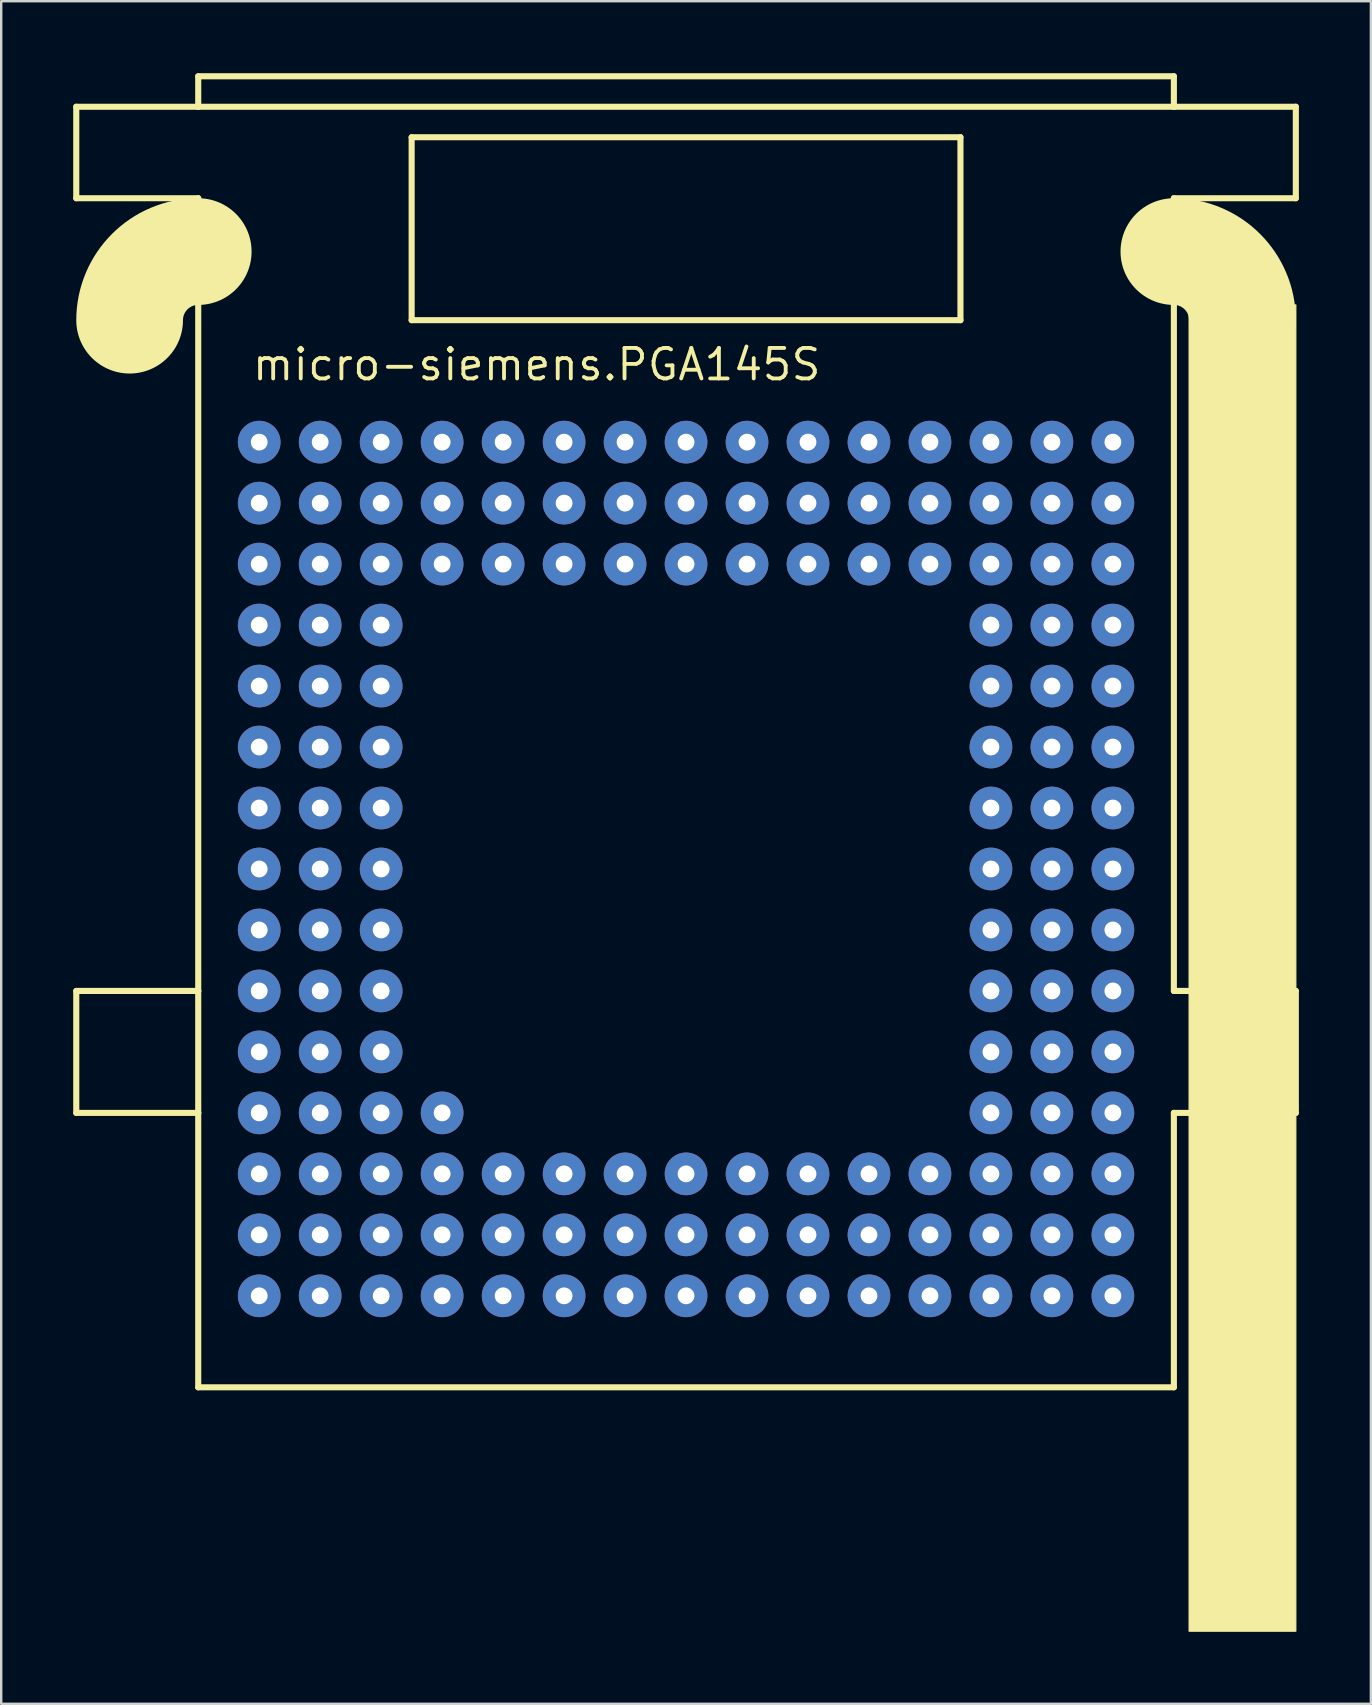
<source format=kicad_pcb>
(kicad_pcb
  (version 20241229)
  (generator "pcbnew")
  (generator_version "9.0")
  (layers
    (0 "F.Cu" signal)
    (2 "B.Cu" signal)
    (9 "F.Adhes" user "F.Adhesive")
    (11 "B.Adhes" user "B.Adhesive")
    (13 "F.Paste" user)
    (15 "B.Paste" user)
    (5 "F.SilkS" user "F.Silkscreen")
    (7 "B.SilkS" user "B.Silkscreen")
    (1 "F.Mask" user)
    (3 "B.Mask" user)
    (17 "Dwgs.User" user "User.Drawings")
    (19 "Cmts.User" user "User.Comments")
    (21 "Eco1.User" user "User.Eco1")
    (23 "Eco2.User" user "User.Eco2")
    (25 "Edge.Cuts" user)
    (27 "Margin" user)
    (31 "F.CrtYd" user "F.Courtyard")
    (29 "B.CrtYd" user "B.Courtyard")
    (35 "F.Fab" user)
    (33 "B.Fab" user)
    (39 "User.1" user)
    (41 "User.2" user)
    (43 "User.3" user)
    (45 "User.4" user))
  (footprint "micro-siemens.PGA145S"
    (layer "F.Cu")
    (at 25.527 33.147)
    (property "Reference" "micro-siemens.PGA145S" (at -18.15 -20.27 0) (layer "F.SilkS") (effects (font (size 1.27 1.27) (thickness 0.16)) (justify left bottom)))
    (attr through_hole)
    (fp_line (start -25.4 -31.75) (end -25.4 -27.94) (stroke (width 0.254) (type default)) (layer "F.SilkS"))
    (fp_line (start -25.4 -27.94) (end -20.32 -27.94) (stroke (width 0.254) (type default)) (layer "F.SilkS"))
    (fp_line (start -25.4 5.08) (end -25.4 10.16) (stroke (width 0.254) (type default)) (layer "F.SilkS"))
    (fp_line (start -25.4 5.08) (end -20.32 5.08) (stroke (width 0.254) (type default)) (layer "F.SilkS"))
    (fp_line (start -20.32 -33.02) (end 20.32 -33.02) (stroke (width 0.254) (type default)) (layer "F.SilkS"))
    (fp_line (start -20.32 -31.75) (end -25.4 -31.75) (stroke (width 0.254) (type default)) (layer "F.SilkS"))
    (fp_line (start -20.32 -31.75) (end -20.32 -33.02) (stroke (width 0.254) (type default)) (layer "F.SilkS"))
    (fp_line (start -20.32 -27.94) (end -20.32 -25.718) (stroke (width 0.254) (type default)) (layer "F.SilkS"))
    (fp_line (start -20.32 -25.718) (end -20.32 5.08) (stroke (width 0.254) (type default)) (layer "F.SilkS"))
    (fp_line (start -20.32 5.08) (end -20.32 10.16) (stroke (width 0.254) (type default)) (layer "F.SilkS"))
    (fp_line (start -20.32 10.16) (end -25.4 10.16) (stroke (width 0.254) (type default)) (layer "F.SilkS"))
    (fp_line (start -20.32 10.16) (end -20.32 21.59) (stroke (width 0.254) (type default)) (layer "F.SilkS"))
    (fp_line (start -20.32 21.59) (end 20.32 21.59) (stroke (width 0.254) (type default)) (layer "F.SilkS"))
    (fp_line (start -11.43 -30.48) (end -11.43 -22.86) (stroke (width 0.254) (type default)) (layer "F.SilkS"))
    (fp_line (start -11.43 -22.86) (end 11.43 -22.86) (stroke (width 0.254) (type default)) (layer "F.SilkS"))
    (fp_line (start 11.43 -30.48) (end -11.43 -30.48) (stroke (width 0.254) (type default)) (layer "F.SilkS"))
    (fp_line (start 11.43 -22.86) (end 11.43 -30.48) (stroke (width 0.254) (type default)) (layer "F.SilkS"))
    (fp_line (start 20.32 -33.02) (end 20.32 -31.75) (stroke (width 0.254) (type default)) (layer "F.SilkS"))
    (fp_line (start 20.32 -31.75) (end -20.32 -31.75) (stroke (width 0.254) (type default)) (layer "F.SilkS"))
    (fp_line (start 20.32 -27.94) (end 25.4 -27.94) (stroke (width 0.254) (type default)) (layer "F.SilkS"))
    (fp_line (start 20.32 -25.718) (end 20.32 -27.94) (stroke (width 0.254) (type default)) (layer "F.SilkS"))
    (fp_line (start 20.32 5.08) (end 20.32 -25.718) (stroke (width 0.254) (type default)) (layer "F.SilkS"))
    (fp_line (start 20.32 10.16) (end 25.4 10.16) (stroke (width 0.254) (type default)) (layer "F.SilkS"))
    (fp_line (start 20.32 21.59) (end 20.32 10.16) (stroke (width 0.254) (type default)) (layer "F.SilkS"))
    (fp_line (start 25.4 -31.75) (end 20.32 -31.75) (stroke (width 0.254) (type default)) (layer "F.SilkS"))
    (fp_line (start 25.4 -31.75) (end 25.4 -27.94) (stroke (width 0.254) (type default)) (layer "F.SilkS"))
    (fp_line (start 25.4 5.08) (end 20.32 5.08) (stroke (width 0.254) (type default)) (layer "F.SilkS"))
    (fp_line (start 25.4 5.08) (end 25.4 10.16) (stroke (width 0.254) (type default)) (layer "F.SilkS"))
    (fp_rect (start 20.955 31.75) (end 25.4 -23.495) (stroke (width 0.05) (type default)) (fill yes) (layer "F.SilkS"))
    (fp_arc (start -23.1775 -22.86) (mid -22.340558 -24.880558) (end -20.32 -25.7175) (stroke (width 4.445) (type default)) (layer "F.SilkS"))
    (fp_arc (start 20.32 -25.7175) (mid 22.340558 -24.880558) (end 23.1775 -22.86) (stroke (width 4.445) (type default)) (layer "F.SilkS"))
    (pad "A1" thru_hole circle (at -17.78 -17.78) (size 1.778 1.778) (drill 0.7) (layers "*.Cu" "*.Mask"))
    (pad "A2" thru_hole circle (at -15.24 -17.78) (size 1.778 1.778) (drill 0.7) (layers "*.Cu" "*.Mask"))
    (pad "A3" thru_hole circle (at -12.7 -17.78) (size 1.778 1.778) (drill 0.7) (layers "*.Cu" "*.Mask"))
    (pad "A4" thru_hole circle (at -10.16 -17.78) (size 1.778 1.778) (drill 0.7) (layers "*.Cu" "*.Mask"))
    (pad "A5" thru_hole circle (at -7.62 -17.78) (size 1.778 1.778) (drill 0.7) (layers "*.Cu" "*.Mask"))
    (pad "A6" thru_hole circle (at -5.08 -17.78) (size 1.778 1.778) (drill 0.7) (layers "*.Cu" "*.Mask"))
    (pad "A7" thru_hole circle (at -2.54 -17.78) (size 1.778 1.778) (drill 0.7) (layers "*.Cu" "*.Mask"))
    (pad "A8" thru_hole circle (at 0 -17.78) (size 1.778 1.778) (drill 0.7) (layers "*.Cu" "*.Mask"))
    (pad "A9" thru_hole circle (at 2.54 -17.78) (size 1.778 1.778) (drill 0.7) (layers "*.Cu" "*.Mask"))
    (pad "A10" thru_hole circle (at 5.08 -17.78) (size 1.778 1.778) (drill 0.7) (layers "*.Cu" "*.Mask"))
    (pad "A11" thru_hole circle (at 7.62 -17.78) (size 1.778 1.778) (drill 0.7) (layers "*.Cu" "*.Mask"))
    (pad "A12" thru_hole circle (at 10.16 -17.78) (size 1.778 1.778) (drill 0.7) (layers "*.Cu" "*.Mask"))
    (pad "A13" thru_hole circle (at 12.7 -17.78) (size 1.778 1.778) (drill 0.7) (layers "*.Cu" "*.Mask"))
    (pad "A14" thru_hole circle (at 15.24 -17.78) (size 1.778 1.778) (drill 0.7) (layers "*.Cu" "*.Mask"))
    (pad "A15" thru_hole circle (at 17.78 -17.78) (size 1.778 1.778) (drill 0.7) (layers "*.Cu" "*.Mask"))
    (pad "B1" thru_hole circle (at -17.78 -15.24) (size 1.778 1.778) (drill 0.7) (layers "*.Cu" "*.Mask"))
    (pad "B2" thru_hole circle (at -15.24 -15.24) (size 1.778 1.778) (drill 0.7) (layers "*.Cu" "*.Mask"))
    (pad "B3" thru_hole circle (at -12.7 -15.24) (size 1.778 1.778) (drill 0.7) (layers "*.Cu" "*.Mask"))
    (pad "B4" thru_hole circle (at -10.16 -15.24) (size 1.778 1.778) (drill 0.7) (layers "*.Cu" "*.Mask"))
    (pad "B5" thru_hole circle (at -7.62 -15.24) (size 1.778 1.778) (drill 0.7) (layers "*.Cu" "*.Mask"))
    (pad "B6" thru_hole circle (at -5.08 -15.24) (size 1.778 1.778) (drill 0.7) (layers "*.Cu" "*.Mask"))
    (pad "B7" thru_hole circle (at -2.54 -15.24) (size 1.778 1.778) (drill 0.7) (layers "*.Cu" "*.Mask"))
    (pad "B8" thru_hole circle (at 0 -15.24) (size 1.778 1.778) (drill 0.7) (layers "*.Cu" "*.Mask"))
    (pad "B9" thru_hole circle (at 2.54 -15.24) (size 1.778 1.778) (drill 0.7) (layers "*.Cu" "*.Mask"))
    (pad "B10" thru_hole circle (at 5.08 -15.24) (size 1.778 1.778) (drill 0.7) (layers "*.Cu" "*.Mask"))
    (pad "B11" thru_hole circle (at 7.62 -15.24) (size 1.778 1.778) (drill 0.7) (layers "*.Cu" "*.Mask"))
    (pad "B12" thru_hole circle (at 10.16 -15.24) (size 1.778 1.778) (drill 0.7) (layers "*.Cu" "*.Mask"))
    (pad "B13" thru_hole circle (at 12.7 -15.24) (size 1.778 1.778) (drill 0.7) (layers "*.Cu" "*.Mask"))
    (pad "B14" thru_hole circle (at 15.24 -15.24) (size 1.778 1.778) (drill 0.7) (layers "*.Cu" "*.Mask"))
    (pad "B15" thru_hole circle (at 17.78 -15.24) (size 1.778 1.778) (drill 0.7) (layers "*.Cu" "*.Mask"))
    (pad "C1" thru_hole circle (at -17.78 -12.7) (size 1.778 1.778) (drill 0.7) (layers "*.Cu" "*.Mask"))
    (pad "C2" thru_hole circle (at -15.24 -12.7) (size 1.778 1.778) (drill 0.7) (layers "*.Cu" "*.Mask"))
    (pad "C3" thru_hole circle (at -12.7 -12.7) (size 1.778 1.778) (drill 0.7) (layers "*.Cu" "*.Mask"))
    (pad "C4" thru_hole circle (at -10.16 -12.7) (size 1.778 1.778) (drill 0.7) (layers "*.Cu" "*.Mask"))
    (pad "C5" thru_hole circle (at -7.62 -12.7) (size 1.778 1.778) (drill 0.7) (layers "*.Cu" "*.Mask"))
    (pad "C6" thru_hole circle (at -5.08 -12.7) (size 1.778 1.778) (drill 0.7) (layers "*.Cu" "*.Mask"))
    (pad "C7" thru_hole circle (at -2.54 -12.7) (size 1.778 1.778) (drill 0.7) (layers "*.Cu" "*.Mask"))
    (pad "C8" thru_hole circle (at 0 -12.7) (size 1.778 1.778) (drill 0.7) (layers "*.Cu" "*.Mask"))
    (pad "C9" thru_hole circle (at 2.54 -12.7) (size 1.778 1.778) (drill 0.7) (layers "*.Cu" "*.Mask"))
    (pad "C10" thru_hole circle (at 5.08 -12.7) (size 1.778 1.778) (drill 0.7) (layers "*.Cu" "*.Mask"))
    (pad "C11" thru_hole circle (at 7.62 -12.7) (size 1.778 1.778) (drill 0.7) (layers "*.Cu" "*.Mask"))
    (pad "C12" thru_hole circle (at 10.16 -12.7) (size 1.778 1.778) (drill 0.7) (layers "*.Cu" "*.Mask"))
    (pad "C13" thru_hole circle (at 12.7 -12.7) (size 1.778 1.778) (drill 0.7) (layers "*.Cu" "*.Mask"))
    (pad "C14" thru_hole circle (at 15.24 -12.7) (size 1.778 1.778) (drill 0.7) (layers "*.Cu" "*.Mask"))
    (pad "C15" thru_hole circle (at 17.78 -12.7) (size 1.778 1.778) (drill 0.7) (layers "*.Cu" "*.Mask"))
    (pad "D1" thru_hole circle (at -17.78 -10.16) (size 1.778 1.778) (drill 0.7) (layers "*.Cu" "*.Mask"))
    (pad "D2" thru_hole circle (at -15.24 -10.16) (size 1.778 1.778) (drill 0.7) (layers "*.Cu" "*.Mask"))
    (pad "D3" thru_hole circle (at -12.7 -10.16) (size 1.778 1.778) (drill 0.7) (layers "*.Cu" "*.Mask"))
    (pad "D13" thru_hole circle (at 12.7 -10.16) (size 1.778 1.778) (drill 0.7) (layers "*.Cu" "*.Mask"))
    (pad "D14" thru_hole circle (at 15.24 -10.16) (size 1.778 1.778) (drill 0.7) (layers "*.Cu" "*.Mask"))
    (pad "D15" thru_hole circle (at 17.78 -10.16) (size 1.778 1.778) (drill 0.7) (layers "*.Cu" "*.Mask"))
    (pad "E1" thru_hole circle (at -17.78 -7.62) (size 1.778 1.778) (drill 0.7) (layers "*.Cu" "*.Mask"))
    (pad "E2" thru_hole circle (at -15.24 -7.62) (size 1.778 1.778) (drill 0.7) (layers "*.Cu" "*.Mask"))
    (pad "E3" thru_hole circle (at -12.7 -7.62) (size 1.778 1.778) (drill 0.7) (layers "*.Cu" "*.Mask"))
    (pad "E13" thru_hole circle (at 12.7 -7.62) (size 1.778 1.778) (drill 0.7) (layers "*.Cu" "*.Mask"))
    (pad "E14" thru_hole circle (at 15.24 -7.62) (size 1.778 1.778) (drill 0.7) (layers "*.Cu" "*.Mask"))
    (pad "E15" thru_hole circle (at 17.78 -7.62) (size 1.778 1.778) (drill 0.7) (layers "*.Cu" "*.Mask"))
    (pad "F1" thru_hole circle (at -17.78 -5.08) (size 1.778 1.778) (drill 0.7) (layers "*.Cu" "*.Mask"))
    (pad "F2" thru_hole circle (at -15.24 -5.08) (size 1.778 1.778) (drill 0.7) (layers "*.Cu" "*.Mask"))
    (pad "F3" thru_hole circle (at -12.7 -5.08) (size 1.778 1.778) (drill 0.7) (layers "*.Cu" "*.Mask"))
    (pad "F13" thru_hole circle (at 12.7 -5.08) (size 1.778 1.778) (drill 0.7) (layers "*.Cu" "*.Mask"))
    (pad "F14" thru_hole circle (at 15.24 -5.08) (size 1.778 1.778) (drill 0.7) (layers "*.Cu" "*.Mask"))
    (pad "F15" thru_hole circle (at 17.78 -5.08) (size 1.778 1.778) (drill 0.7) (layers "*.Cu" "*.Mask"))
    (pad "G1" thru_hole circle (at -17.78 -2.54) (size 1.778 1.778) (drill 0.7) (layers "*.Cu" "*.Mask"))
    (pad "G2" thru_hole circle (at -15.24 -2.54) (size 1.778 1.778) (drill 0.7) (layers "*.Cu" "*.Mask"))
    (pad "G3" thru_hole circle (at -12.7 -2.54) (size 1.778 1.778) (drill 0.7) (layers "*.Cu" "*.Mask"))
    (pad "G13" thru_hole circle (at 12.7 -2.54) (size 1.778 1.778) (drill 0.7) (layers "*.Cu" "*.Mask"))
    (pad "G14" thru_hole circle (at 15.24 -2.54) (size 1.778 1.778) (drill 0.7) (layers "*.Cu" "*.Mask"))
    (pad "G15" thru_hole circle (at 17.78 -2.54) (size 1.778 1.778) (drill 0.7) (layers "*.Cu" "*.Mask"))
    (pad "H1" thru_hole circle (at -17.78 0) (size 1.778 1.778) (drill 0.7) (layers "*.Cu" "*.Mask"))
    (pad "H2" thru_hole circle (at -15.24 0) (size 1.778 1.778) (drill 0.7) (layers "*.Cu" "*.Mask"))
    (pad "H3" thru_hole circle (at -12.7 0) (size 1.778 1.778) (drill 0.7) (layers "*.Cu" "*.Mask"))
    (pad "H13" thru_hole circle (at 12.7 0) (size 1.778 1.778) (drill 0.7) (layers "*.Cu" "*.Mask"))
    (pad "H14" thru_hole circle (at 15.24 0) (size 1.778 1.778) (drill 0.7) (layers "*.Cu" "*.Mask"))
    (pad "H15" thru_hole circle (at 17.78 0) (size 1.778 1.778) (drill 0.7) (layers "*.Cu" "*.Mask"))
    (pad "J1" thru_hole circle (at -17.78 2.54) (size 1.778 1.778) (drill 0.7) (layers "*.Cu" "*.Mask"))
    (pad "J2" thru_hole circle (at -15.24 2.54) (size 1.778 1.778) (drill 0.7) (layers "*.Cu" "*.Mask"))
    (pad "J3" thru_hole circle (at -12.7 2.54) (size 1.778 1.778) (drill 0.7) (layers "*.Cu" "*.Mask"))
    (pad "J13" thru_hole circle (at 12.7 2.54) (size 1.778 1.778) (drill 0.7) (layers "*.Cu" "*.Mask"))
    (pad "J14" thru_hole circle (at 15.24 2.54) (size 1.778 1.778) (drill 0.7) (layers "*.Cu" "*.Mask"))
    (pad "J15" thru_hole circle (at 17.78 2.54) (size 1.778 1.778) (drill 0.7) (layers "*.Cu" "*.Mask"))
    (pad "K1" thru_hole circle (at -17.78 5.08) (size 1.778 1.778) (drill 0.7) (layers "*.Cu" "*.Mask"))
    (pad "K2" thru_hole circle (at -15.24 5.08) (size 1.778 1.778) (drill 0.7) (layers "*.Cu" "*.Mask"))
    (pad "K3" thru_hole circle (at -12.7 5.08) (size 1.778 1.778) (drill 0.7) (layers "*.Cu" "*.Mask"))
    (pad "K13" thru_hole circle (at 12.7 5.08) (size 1.778 1.778) (drill 0.7) (layers "*.Cu" "*.Mask"))
    (pad "K14" thru_hole circle (at 15.24 5.08) (size 1.778 1.778) (drill 0.7) (layers "*.Cu" "*.Mask"))
    (pad "K15" thru_hole circle (at 17.78 5.08) (size 1.778 1.778) (drill 0.7) (layers "*.Cu" "*.Mask"))
    (pad "L1" thru_hole circle (at -17.78 7.62) (size 1.778 1.778) (drill 0.7) (layers "*.Cu" "*.Mask"))
    (pad "L2" thru_hole circle (at -15.24 7.62) (size 1.778 1.778) (drill 0.7) (layers "*.Cu" "*.Mask"))
    (pad "L3" thru_hole circle (at -12.7 7.62) (size 1.778 1.778) (drill 0.7) (layers "*.Cu" "*.Mask"))
    (pad "L13" thru_hole circle (at 12.7 7.62) (size 1.778 1.778) (drill 0.7) (layers "*.Cu" "*.Mask"))
    (pad "L14" thru_hole circle (at 15.24 7.62) (size 1.778 1.778) (drill 0.7) (layers "*.Cu" "*.Mask"))
    (pad "L15" thru_hole circle (at 17.78 7.62) (size 1.778 1.778) (drill 0.7) (layers "*.Cu" "*.Mask"))
    (pad "M1" thru_hole circle (at -17.78 10.16) (size 1.778 1.778) (drill 0.7) (layers "*.Cu" "*.Mask"))
    (pad "M2" thru_hole circle (at -15.24 10.16) (size 1.778 1.778) (drill 0.7) (layers "*.Cu" "*.Mask"))
    (pad "M3" thru_hole circle (at -12.7 10.16) (size 1.778 1.778) (drill 0.7) (layers "*.Cu" "*.Mask"))
    (pad "M4" thru_hole circle (at -10.16 10.16) (size 1.778 1.778) (drill 0.7) (layers "*.Cu" "*.Mask"))
    (pad "M13" thru_hole circle (at 12.7 10.16) (size 1.778 1.778) (drill 0.7) (layers "*.Cu" "*.Mask"))
    (pad "M14" thru_hole circle (at 15.24 10.16) (size 1.778 1.778) (drill 0.7) (layers "*.Cu" "*.Mask"))
    (pad "M15" thru_hole circle (at 17.78 10.16) (size 1.778 1.778) (drill 0.7) (layers "*.Cu" "*.Mask"))
    (pad "N1" thru_hole circle (at -17.78 12.7) (size 1.778 1.778) (drill 0.7) (layers "*.Cu" "*.Mask"))
    (pad "N2" thru_hole circle (at -15.24 12.7) (size 1.778 1.778) (drill 0.7) (layers "*.Cu" "*.Mask"))
    (pad "N3" thru_hole circle (at -12.7 12.7) (size 1.778 1.778) (drill 0.7) (layers "*.Cu" "*.Mask"))
    (pad "N4" thru_hole circle (at -10.16 12.7) (size 1.778 1.778) (drill 0.7) (layers "*.Cu" "*.Mask"))
    (pad "N5" thru_hole circle (at -7.62 12.7) (size 1.778 1.778) (drill 0.7) (layers "*.Cu" "*.Mask"))
    (pad "N6" thru_hole circle (at -5.08 12.7) (size 1.778 1.778) (drill 0.7) (layers "*.Cu" "*.Mask"))
    (pad "N7" thru_hole circle (at -2.54 12.7) (size 1.778 1.778) (drill 0.7) (layers "*.Cu" "*.Mask"))
    (pad "N8" thru_hole circle (at 0 12.7) (size 1.778 1.778) (drill 0.7) (layers "*.Cu" "*.Mask"))
    (pad "N9" thru_hole circle (at 2.54 12.7) (size 1.778 1.778) (drill 0.7) (layers "*.Cu" "*.Mask"))
    (pad "N10" thru_hole circle (at 5.08 12.7) (size 1.778 1.778) (drill 0.7) (layers "*.Cu" "*.Mask"))
    (pad "N11" thru_hole circle (at 7.62 12.7) (size 1.778 1.778) (drill 0.7) (layers "*.Cu" "*.Mask"))
    (pad "N12" thru_hole circle (at 10.16 12.7) (size 1.778 1.778) (drill 0.7) (layers "*.Cu" "*.Mask"))
    (pad "N13" thru_hole circle (at 12.7 12.7) (size 1.778 1.778) (drill 0.7) (layers "*.Cu" "*.Mask"))
    (pad "N14" thru_hole circle (at 15.24 12.7) (size 1.778 1.778) (drill 0.7) (layers "*.Cu" "*.Mask"))
    (pad "N15" thru_hole circle (at 17.78 12.7) (size 1.778 1.778) (drill 0.7) (layers "*.Cu" "*.Mask"))
    (pad "P1" thru_hole circle (at -17.78 15.24) (size 1.778 1.778) (drill 0.7) (layers "*.Cu" "*.Mask"))
    (pad "P2" thru_hole circle (at -15.24 15.24) (size 1.778 1.778) (drill 0.7) (layers "*.Cu" "*.Mask"))
    (pad "P3" thru_hole circle (at -12.7 15.24) (size 1.778 1.778) (drill 0.7) (layers "*.Cu" "*.Mask"))
    (pad "P4" thru_hole circle (at -10.16 15.24) (size 1.778 1.778) (drill 0.7) (layers "*.Cu" "*.Mask"))
    (pad "P5" thru_hole circle (at -7.62 15.24) (size 1.778 1.778) (drill 0.7) (layers "*.Cu" "*.Mask"))
    (pad "P6" thru_hole circle (at -5.08 15.24) (size 1.778 1.778) (drill 0.7) (layers "*.Cu" "*.Mask"))
    (pad "P7" thru_hole circle (at -2.54 15.24) (size 1.778 1.778) (drill 0.7) (layers "*.Cu" "*.Mask"))
    (pad "P8" thru_hole circle (at 0 15.24) (size 1.778 1.778) (drill 0.7) (layers "*.Cu" "*.Mask"))
    (pad "P9" thru_hole circle (at 2.54 15.24) (size 1.778 1.778) (drill 0.7) (layers "*.Cu" "*.Mask"))
    (pad "P10" thru_hole circle (at 5.08 15.24) (size 1.778 1.778) (drill 0.7) (layers "*.Cu" "*.Mask"))
    (pad "P11" thru_hole circle (at 7.62 15.24) (size 1.778 1.778) (drill 0.7) (layers "*.Cu" "*.Mask"))
    (pad "P12" thru_hole circle (at 10.16 15.24) (size 1.778 1.778) (drill 0.7) (layers "*.Cu" "*.Mask"))
    (pad "P13" thru_hole circle (at 12.7 15.24) (size 1.778 1.778) (drill 0.7) (layers "*.Cu" "*.Mask"))
    (pad "P14" thru_hole circle (at 15.24 15.24) (size 1.778 1.778) (drill 0.7) (layers "*.Cu" "*.Mask"))
    (pad "P15" thru_hole circle (at 17.78 15.24) (size 1.778 1.778) (drill 0.7) (layers "*.Cu" "*.Mask"))
    (pad "R1" thru_hole circle (at -17.78 17.78) (size 1.778 1.778) (drill 0.7) (layers "*.Cu" "*.Mask"))
    (pad "R2" thru_hole circle (at -15.24 17.78) (size 1.778 1.778) (drill 0.7) (layers "*.Cu" "*.Mask"))
    (pad "R3" thru_hole circle (at -12.7 17.78) (size 1.778 1.778) (drill 0.7) (layers "*.Cu" "*.Mask"))
    (pad "R4" thru_hole circle (at -10.16 17.78) (size 1.778 1.778) (drill 0.7) (layers "*.Cu" "*.Mask"))
    (pad "R5" thru_hole circle (at -7.62 17.78) (size 1.778 1.778) (drill 0.7) (layers "*.Cu" "*.Mask"))
    (pad "R6" thru_hole circle (at -5.08 17.78) (size 1.778 1.778) (drill 0.7) (layers "*.Cu" "*.Mask"))
    (pad "R7" thru_hole circle (at -2.54 17.78) (size 1.778 1.778) (drill 0.7) (layers "*.Cu" "*.Mask"))
    (pad "R8" thru_hole circle (at 0 17.78) (size 1.778 1.778) (drill 0.7) (layers "*.Cu" "*.Mask"))
    (pad "R9" thru_hole circle (at 2.54 17.78) (size 1.778 1.778) (drill 0.7) (layers "*.Cu" "*.Mask"))
    (pad "R10" thru_hole circle (at 5.08 17.78) (size 1.778 1.778) (drill 0.7) (layers "*.Cu" "*.Mask"))
    (pad "R11" thru_hole circle (at 7.62 17.78) (size 1.778 1.778) (drill 0.7) (layers "*.Cu" "*.Mask"))
    (pad "R12" thru_hole circle (at 10.16 17.78) (size 1.778 1.778) (drill 0.7) (layers "*.Cu" "*.Mask"))
    (pad "R13" thru_hole circle (at 12.7 17.78) (size 1.778 1.778) (drill 0.7) (layers "*.Cu" "*.Mask"))
    (pad "R14" thru_hole circle (at 15.24 17.78) (size 1.778 1.778) (drill 0.7) (layers "*.Cu" "*.Mask"))
    (pad "R15" thru_hole circle (at 17.78 17.78) (size 1.778 1.778) (drill 0.7) (layers "*.Cu" "*.Mask")))
  (gr_rect
    (start -3 -3)
    (end 54.054 67.922)
    (stroke (width 0.1) (type default))
    (fill no)
    (layer "Edge.Cuts")))
</source>
